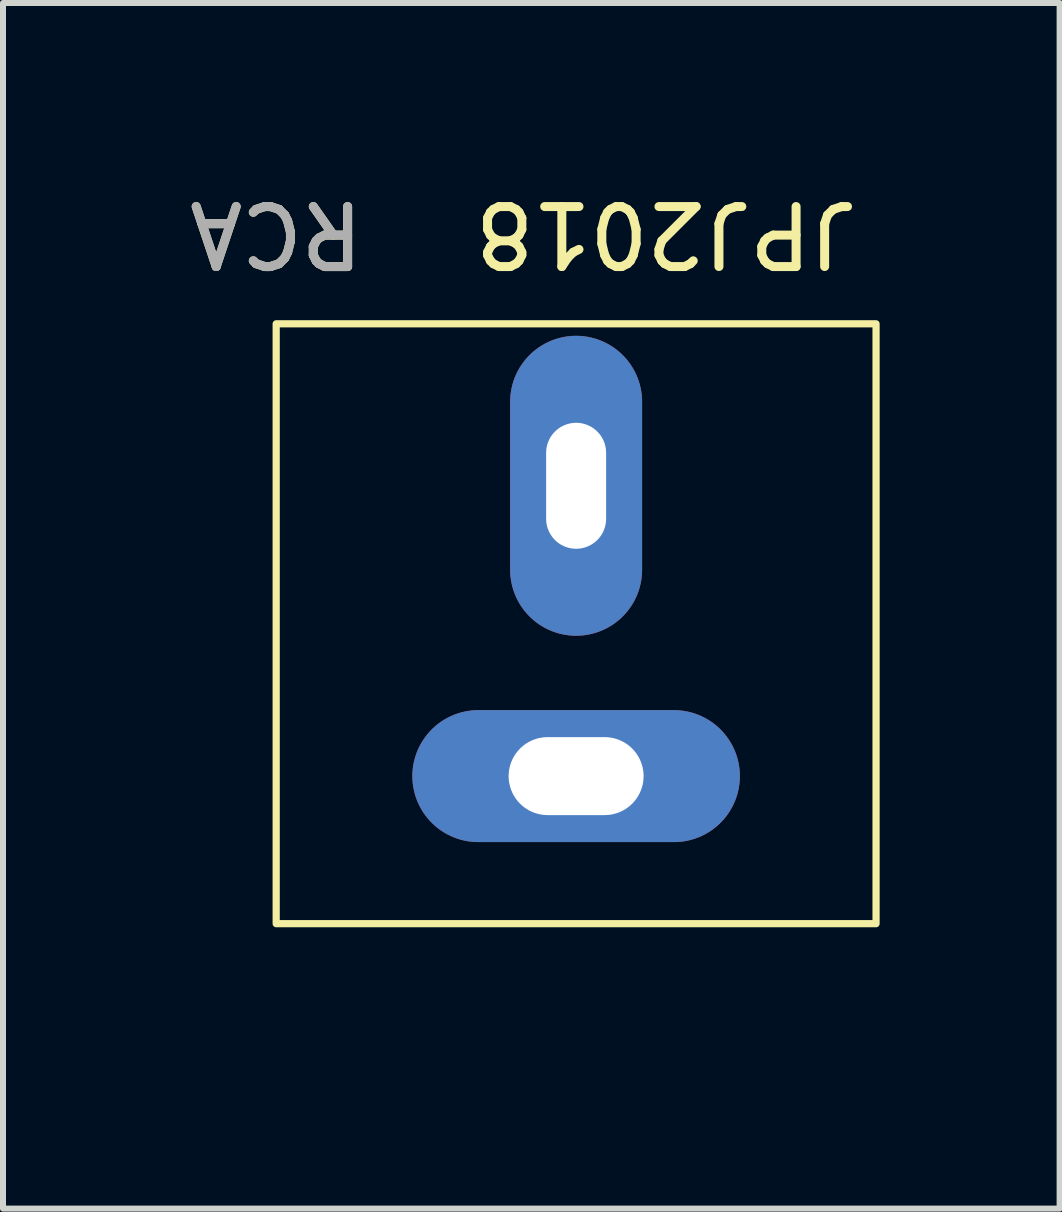
<source format=kicad_pcb>
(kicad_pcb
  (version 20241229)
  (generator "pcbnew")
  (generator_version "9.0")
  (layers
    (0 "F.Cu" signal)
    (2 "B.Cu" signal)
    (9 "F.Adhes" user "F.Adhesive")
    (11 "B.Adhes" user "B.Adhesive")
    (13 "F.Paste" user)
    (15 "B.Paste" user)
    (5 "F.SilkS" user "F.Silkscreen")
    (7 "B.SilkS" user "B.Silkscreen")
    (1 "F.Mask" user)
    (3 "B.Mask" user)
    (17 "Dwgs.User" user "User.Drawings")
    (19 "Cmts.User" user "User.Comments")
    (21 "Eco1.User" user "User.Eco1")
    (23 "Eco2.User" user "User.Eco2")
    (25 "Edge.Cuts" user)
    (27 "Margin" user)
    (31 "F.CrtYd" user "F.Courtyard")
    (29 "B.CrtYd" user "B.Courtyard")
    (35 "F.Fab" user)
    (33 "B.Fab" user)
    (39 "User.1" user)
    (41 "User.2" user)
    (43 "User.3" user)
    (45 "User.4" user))
  (footprint "RCA"
    (layer "F.Cu")
    (at 6.554 13.848)
    (property "Reference" "RCA" (at -5 -13 180) (unlocked yes) (layer "F.SilkS") (effects (font (size 1 1) (thickness 0.15))))
    (attr through_hole)
    (fp_rect (start -5 -11.5) (end 5 -1.5) (stroke (width 0.12) (type solid)) (fill no) (layer "F.SilkS"))
    (fp_text user "JPJ2018" (at 1.5 -13 180) (unlocked yes) (layer "F.SilkS") (effects (font (size 1 1) (thickness 0.15))))
    (fp_text user "${REFERENCE}" (at -5 -13 180) (unlocked yes) (layer "F.Fab") (effects (font (size 1 1) (thickness 0.15))))
    (pad "1" thru_hole oval (at 0 -8.8 90) (size 5 2.2) (drill oval 2.1 1) (layers "*.Cu" "*.Mask"))
    (pad "2" thru_hole oval (at 0 -3.96) (size 5.46 2.2) (drill oval 2.25 1.3) (layers "*.Cu" "*.Mask")))
  (gr_rect
    (start -3 -3)
    (end 14.614 17.098)
    (stroke (width 0.1) (type default))
    (fill no)
    (layer "Edge.Cuts")))
</source>
